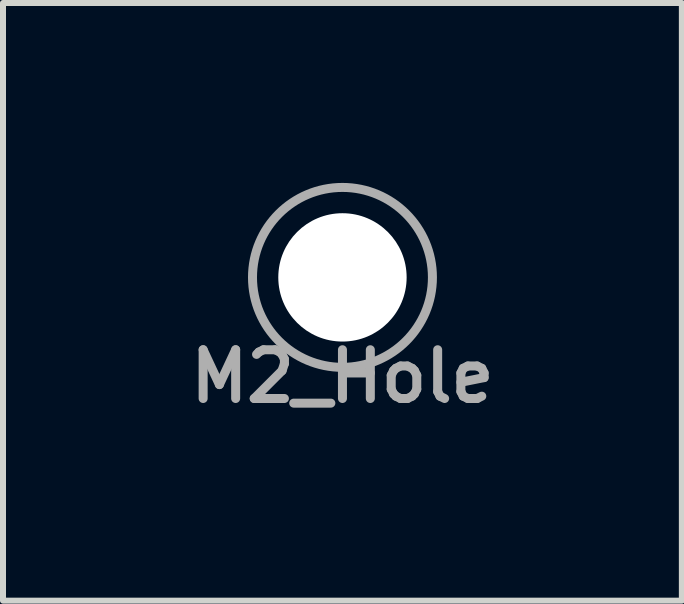
<source format=kicad_pcb>
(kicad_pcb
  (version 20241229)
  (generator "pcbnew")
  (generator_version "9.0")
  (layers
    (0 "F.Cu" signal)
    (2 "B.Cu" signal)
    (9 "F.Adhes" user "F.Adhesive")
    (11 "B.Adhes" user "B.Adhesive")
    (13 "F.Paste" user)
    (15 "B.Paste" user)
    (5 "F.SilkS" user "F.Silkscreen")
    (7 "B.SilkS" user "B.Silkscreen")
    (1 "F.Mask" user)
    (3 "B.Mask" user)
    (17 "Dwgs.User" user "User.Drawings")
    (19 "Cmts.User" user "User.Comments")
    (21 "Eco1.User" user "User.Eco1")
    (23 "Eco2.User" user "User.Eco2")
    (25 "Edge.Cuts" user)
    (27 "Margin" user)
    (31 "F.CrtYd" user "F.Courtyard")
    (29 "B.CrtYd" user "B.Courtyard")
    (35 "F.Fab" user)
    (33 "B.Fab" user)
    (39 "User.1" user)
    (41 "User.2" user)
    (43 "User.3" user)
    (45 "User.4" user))
  (footprint "M2_Hole"
    (layer "F.Cu")
    (at 2.66 1.575)
    (property "Reference" "M2_Hole" (at 0 1.651 0) (layer "F.Fab") (effects (font (size 0.813 0.813) (thickness 0.15))))
    (attr through_hole)
    (fp_circle (center 0 0) (end 1.5 0) (stroke (width 0.15) (type solid)) (fill no) (layer "F.Fab"))
    (pad "" np_thru_hole circle (at 0 0) (size 2.14 2.14) (drill 2.14) (layers "*.Cu" "*.Mask")))
  (gr_rect
    (start -3 -3)
    (end 8.319 6.965)
    (stroke (width 0.1) (type default))
    (fill no)
    (layer "Edge.Cuts")))
</source>
